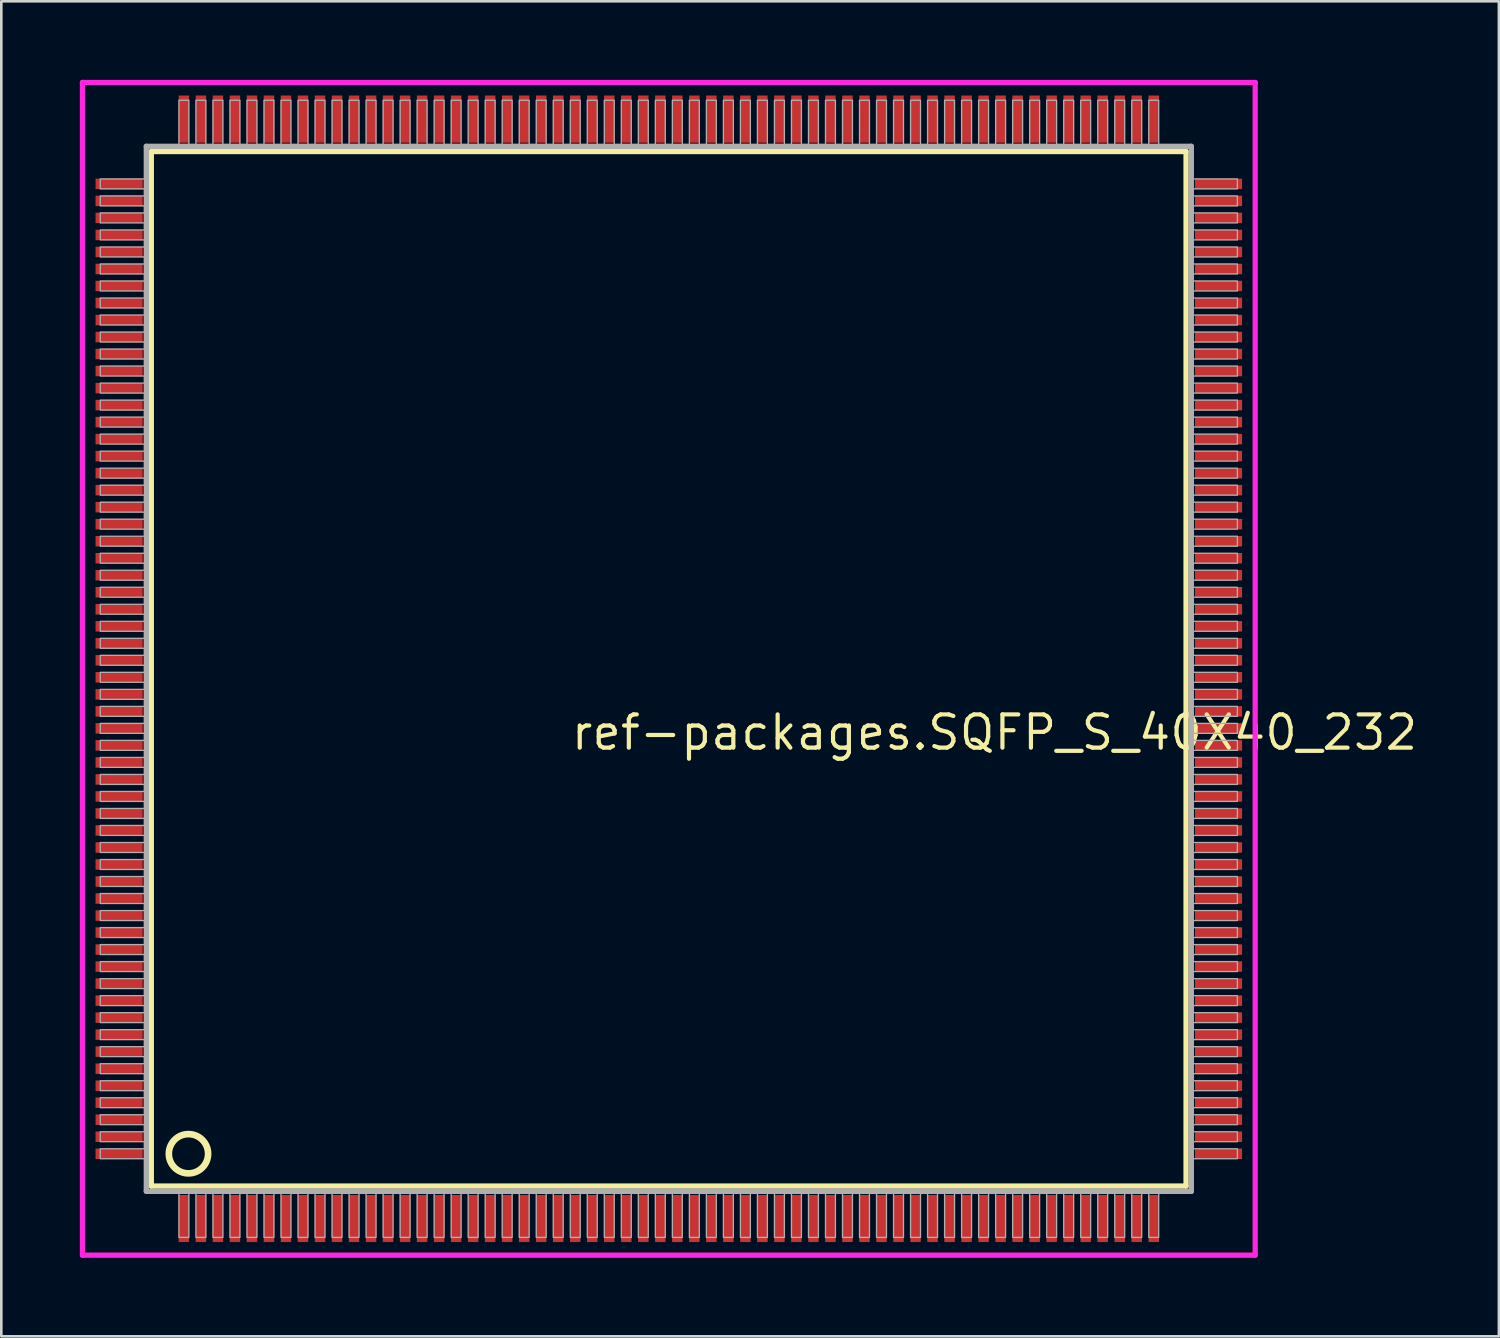
<source format=kicad_pcb>
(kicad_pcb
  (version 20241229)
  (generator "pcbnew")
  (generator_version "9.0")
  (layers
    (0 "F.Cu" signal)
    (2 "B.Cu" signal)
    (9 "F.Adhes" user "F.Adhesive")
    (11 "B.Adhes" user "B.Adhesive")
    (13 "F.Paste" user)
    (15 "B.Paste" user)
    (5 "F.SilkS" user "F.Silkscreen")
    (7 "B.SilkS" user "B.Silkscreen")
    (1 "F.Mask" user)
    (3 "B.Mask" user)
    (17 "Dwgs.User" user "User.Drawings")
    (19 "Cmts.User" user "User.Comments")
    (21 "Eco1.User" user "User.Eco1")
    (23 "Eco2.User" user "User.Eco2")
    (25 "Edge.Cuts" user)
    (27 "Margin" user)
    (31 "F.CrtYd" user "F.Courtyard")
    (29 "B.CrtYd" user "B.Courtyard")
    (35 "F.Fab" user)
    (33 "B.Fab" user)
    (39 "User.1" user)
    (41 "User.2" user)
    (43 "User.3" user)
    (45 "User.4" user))
  (footprint "ref-packages.SQFP_S_40X40_232"
    (layer "F.Cu")
    (at 22.5 22.5)
    (property "Reference" "ref-packages.SQFP_S_40X40_232" (at -3.81 3.175 0) (layer "F.SilkS") (effects (font (size 1.27 1.27) (thickness 0.16)) (justify left bottom)))
    (attr smd)
    (fp_line (start -19.77 -19.76) (end 19.76 -19.76) (stroke (width 0.203) (type default)) (layer "F.SilkS"))
    (fp_line (start -19.77 19.76) (end -19.77 -19.76) (stroke (width 0.203) (type default)) (layer "F.SilkS"))
    (fp_line (start 19.76 -19.76) (end 19.76 19.76) (stroke (width 0.203) (type default)) (layer "F.SilkS"))
    (fp_line (start 19.76 19.76) (end -19.77 19.76) (stroke (width 0.203) (type default)) (layer "F.SilkS"))
    (fp_circle (center -18.35 18.525) (end -17.6 18.525) (stroke (width 0.254) (type default)) (fill no) (layer "F.SilkS"))
    (fp_line (start -22.4 -22.4) (end 22.4 -22.4) (stroke (width 0.2) (type default)) (layer "F.CrtYd"))
    (fp_line (start -22.4 22.4) (end -22.4 -22.4) (stroke (width 0.2) (type default)) (layer "F.CrtYd"))
    (fp_line (start 22.4 -22.4) (end 22.4 22.4) (stroke (width 0.2) (type default)) (layer "F.CrtYd"))
    (fp_line (start 22.4 22.4) (end -22.4 22.4) (stroke (width 0.2) (type default)) (layer "F.CrtYd"))
    (fp_line (start -19.96 -19.96) (end -19.96 19.96) (stroke (width 0.203) (type default)) (layer "F.Fab"))
    (fp_line (start -19.96 19.96) (end 19.96 19.96) (stroke (width 0.203) (type default)) (layer "F.Fab"))
    (fp_line (start 19.96 -19.96) (end -19.96 -19.96) (stroke (width 0.203) (type default)) (layer "F.Fab"))
    (fp_line (start 19.96 19.96) (end 19.96 -19.96) (stroke (width 0.203) (type default)) (layer "F.Fab"))
    (fp_rect (start -21.72 -18.335) (end -20 -18.715) (stroke (width 0.05) (type default)) (fill no) (layer "F.Fab"))
    (fp_rect (start -21.72 -17.685) (end -20 -18.065) (stroke (width 0.05) (type default)) (fill no) (layer "F.Fab"))
    (fp_rect (start -21.72 -17.035) (end -20 -17.415) (stroke (width 0.05) (type default)) (fill no) (layer "F.Fab"))
    (fp_rect (start -21.72 -16.385) (end -20 -16.765) (stroke (width 0.05) (type default)) (fill no) (layer "F.Fab"))
    (fp_rect (start -21.72 -15.735) (end -20 -16.115) (stroke (width 0.05) (type default)) (fill no) (layer "F.Fab"))
    (fp_rect (start -21.72 -15.085) (end -20 -15.465) (stroke (width 0.05) (type default)) (fill no) (layer "F.Fab"))
    (fp_rect (start -21.72 -14.435) (end -20 -14.815) (stroke (width 0.05) (type default)) (fill no) (layer "F.Fab"))
    (fp_rect (start -21.72 -13.785) (end -20 -14.165) (stroke (width 0.05) (type default)) (fill no) (layer "F.Fab"))
    (fp_rect (start -21.72 -13.135) (end -20 -13.515) (stroke (width 0.05) (type default)) (fill no) (layer "F.Fab"))
    (fp_rect (start -21.72 -12.485) (end -20 -12.865) (stroke (width 0.05) (type default)) (fill no) (layer "F.Fab"))
    (fp_rect (start -21.72 -11.835) (end -20 -12.215) (stroke (width 0.05) (type default)) (fill no) (layer "F.Fab"))
    (fp_rect (start -21.72 -11.185) (end -20 -11.565) (stroke (width 0.05) (type default)) (fill no) (layer "F.Fab"))
    (fp_rect (start -21.72 -10.535) (end -20 -10.915) (stroke (width 0.05) (type default)) (fill no) (layer "F.Fab"))
    (fp_rect (start -21.72 -9.885) (end -20 -10.265) (stroke (width 0.05) (type default)) (fill no) (layer "F.Fab"))
    (fp_rect (start -21.72 -9.235) (end -20 -9.615) (stroke (width 0.05) (type default)) (fill no) (layer "F.Fab"))
    (fp_rect (start -21.72 -8.585) (end -20 -8.965) (stroke (width 0.05) (type default)) (fill no) (layer "F.Fab"))
    (fp_rect (start -21.72 -7.935) (end -20 -8.315) (stroke (width 0.05) (type default)) (fill no) (layer "F.Fab"))
    (fp_rect (start -21.72 -7.285) (end -20 -7.665) (stroke (width 0.05) (type default)) (fill no) (layer "F.Fab"))
    (fp_rect (start -21.72 -6.635) (end -20 -7.015) (stroke (width 0.05) (type default)) (fill no) (layer "F.Fab"))
    (fp_rect (start -21.72 -5.985) (end -20 -6.365) (stroke (width 0.05) (type default)) (fill no) (layer "F.Fab"))
    (fp_rect (start -21.72 -5.335) (end -20 -5.715) (stroke (width 0.05) (type default)) (fill no) (layer "F.Fab"))
    (fp_rect (start -21.72 -4.685) (end -20 -5.065) (stroke (width 0.05) (type default)) (fill no) (layer "F.Fab"))
    (fp_rect (start -21.72 -4.035) (end -20 -4.415) (stroke (width 0.05) (type default)) (fill no) (layer "F.Fab"))
    (fp_rect (start -21.72 -3.385) (end -20 -3.765) (stroke (width 0.05) (type default)) (fill no) (layer "F.Fab"))
    (fp_rect (start -21.72 -2.735) (end -20 -3.115) (stroke (width 0.05) (type default)) (fill no) (layer "F.Fab"))
    (fp_rect (start -21.72 -2.085) (end -20 -2.465) (stroke (width 0.05) (type default)) (fill no) (layer "F.Fab"))
    (fp_rect (start -21.72 -1.435) (end -20 -1.815) (stroke (width 0.05) (type default)) (fill no) (layer "F.Fab"))
    (fp_rect (start -21.72 -0.785) (end -20 -1.165) (stroke (width 0.05) (type default)) (fill no) (layer "F.Fab"))
    (fp_rect (start -21.72 -0.135) (end -20 -0.515) (stroke (width 0.05) (type default)) (fill no) (layer "F.Fab"))
    (fp_rect (start -21.72 0.515) (end -20 0.135) (stroke (width 0.05) (type default)) (fill no) (layer "F.Fab"))
    (fp_rect (start -21.72 1.165) (end -20 0.785) (stroke (width 0.05) (type default)) (fill no) (layer "F.Fab"))
    (fp_rect (start -21.72 1.815) (end -20 1.435) (stroke (width 0.05) (type default)) (fill no) (layer "F.Fab"))
    (fp_rect (start -21.72 2.465) (end -20 2.085) (stroke (width 0.05) (type default)) (fill no) (layer "F.Fab"))
    (fp_rect (start -21.72 3.115) (end -20 2.735) (stroke (width 0.05) (type default)) (fill no) (layer "F.Fab"))
    (fp_rect (start -21.72 3.765) (end -20 3.385) (stroke (width 0.05) (type default)) (fill no) (layer "F.Fab"))
    (fp_rect (start -21.72 4.415) (end -20 4.035) (stroke (width 0.05) (type default)) (fill no) (layer "F.Fab"))
    (fp_rect (start -21.72 5.065) (end -20 4.685) (stroke (width 0.05) (type default)) (fill no) (layer "F.Fab"))
    (fp_rect (start -21.72 5.715) (end -20 5.335) (stroke (width 0.05) (type default)) (fill no) (layer "F.Fab"))
    (fp_rect (start -21.72 6.365) (end -20 5.985) (stroke (width 0.05) (type default)) (fill no) (layer "F.Fab"))
    (fp_rect (start -21.72 7.015) (end -20 6.635) (stroke (width 0.05) (type default)) (fill no) (layer "F.Fab"))
    (fp_rect (start -21.72 7.665) (end -20 7.285) (stroke (width 0.05) (type default)) (fill no) (layer "F.Fab"))
    (fp_rect (start -21.72 8.315) (end -20 7.935) (stroke (width 0.05) (type default)) (fill no) (layer "F.Fab"))
    (fp_rect (start -21.72 8.965) (end -20 8.585) (stroke (width 0.05) (type default)) (fill no) (layer "F.Fab"))
    (fp_rect (start -21.72 9.615) (end -20 9.235) (stroke (width 0.05) (type default)) (fill no) (layer "F.Fab"))
    (fp_rect (start -21.72 10.265) (end -20 9.885) (stroke (width 0.05) (type default)) (fill no) (layer "F.Fab"))
    (fp_rect (start -21.72 10.915) (end -20 10.535) (stroke (width 0.05) (type default)) (fill no) (layer "F.Fab"))
    (fp_rect (start -21.72 11.565) (end -20 11.185) (stroke (width 0.05) (type default)) (fill no) (layer "F.Fab"))
    (fp_rect (start -21.72 12.215) (end -20 11.835) (stroke (width 0.05) (type default)) (fill no) (layer "F.Fab"))
    (fp_rect (start -21.72 12.865) (end -20 12.485) (stroke (width 0.05) (type default)) (fill no) (layer "F.Fab"))
    (fp_rect (start -21.72 13.515) (end -20 13.135) (stroke (width 0.05) (type default)) (fill no) (layer "F.Fab"))
    (fp_rect (start -21.72 14.165) (end -20 13.785) (stroke (width 0.05) (type default)) (fill no) (layer "F.Fab"))
    (fp_rect (start -21.72 14.815) (end -20 14.435) (stroke (width 0.05) (type default)) (fill no) (layer "F.Fab"))
    (fp_rect (start -21.72 15.465) (end -20 15.085) (stroke (width 0.05) (type default)) (fill no) (layer "F.Fab"))
    (fp_rect (start -21.72 16.115) (end -20 15.735) (stroke (width 0.05) (type default)) (fill no) (layer "F.Fab"))
    (fp_rect (start -21.72 16.765) (end -20 16.385) (stroke (width 0.05) (type default)) (fill no) (layer "F.Fab"))
    (fp_rect (start -21.72 17.415) (end -20 17.035) (stroke (width 0.05) (type default)) (fill no) (layer "F.Fab"))
    (fp_rect (start -21.72 18.065) (end -20 17.685) (stroke (width 0.05) (type default)) (fill no) (layer "F.Fab"))
    (fp_rect (start -21.72 18.715) (end -20 18.335) (stroke (width 0.05) (type default)) (fill no) (layer "F.Fab"))
    (fp_rect (start -18.715 -20) (end -18.335 -21.72) (stroke (width 0.05) (type default)) (fill no) (layer "F.Fab"))
    (fp_rect (start -18.715 21.72) (end -18.335 20) (stroke (width 0.05) (type default)) (fill no) (layer "F.Fab"))
    (fp_rect (start -18.065 -20) (end -17.685 -21.72) (stroke (width 0.05) (type default)) (fill no) (layer "F.Fab"))
    (fp_rect (start -18.065 21.72) (end -17.685 20) (stroke (width 0.05) (type default)) (fill no) (layer "F.Fab"))
    (fp_rect (start -17.415 -20) (end -17.035 -21.72) (stroke (width 0.05) (type default)) (fill no) (layer "F.Fab"))
    (fp_rect (start -17.415 21.72) (end -17.035 20) (stroke (width 0.05) (type default)) (fill no) (layer "F.Fab"))
    (fp_rect (start -16.765 -20) (end -16.385 -21.72) (stroke (width 0.05) (type default)) (fill no) (layer "F.Fab"))
    (fp_rect (start -16.765 21.72) (end -16.385 20) (stroke (width 0.05) (type default)) (fill no) (layer "F.Fab"))
    (fp_rect (start -16.115 -20) (end -15.735 -21.72) (stroke (width 0.05) (type default)) (fill no) (layer "F.Fab"))
    (fp_rect (start -16.115 21.72) (end -15.735 20) (stroke (width 0.05) (type default)) (fill no) (layer "F.Fab"))
    (fp_rect (start -15.465 -20) (end -15.085 -21.72) (stroke (width 0.05) (type default)) (fill no) (layer "F.Fab"))
    (fp_rect (start -15.465 21.72) (end -15.085 20) (stroke (width 0.05) (type default)) (fill no) (layer "F.Fab"))
    (fp_rect (start -14.815 -20) (end -14.435 -21.72) (stroke (width 0.05) (type default)) (fill no) (layer "F.Fab"))
    (fp_rect (start -14.815 21.72) (end -14.435 20) (stroke (width 0.05) (type default)) (fill no) (layer "F.Fab"))
    (fp_rect (start -14.165 -20) (end -13.785 -21.72) (stroke (width 0.05) (type default)) (fill no) (layer "F.Fab"))
    (fp_rect (start -14.165 21.72) (end -13.785 20) (stroke (width 0.05) (type default)) (fill no) (layer "F.Fab"))
    (fp_rect (start -13.515 -20) (end -13.135 -21.72) (stroke (width 0.05) (type default)) (fill no) (layer "F.Fab"))
    (fp_rect (start -13.515 21.72) (end -13.135 20) (stroke (width 0.05) (type default)) (fill no) (layer "F.Fab"))
    (fp_rect (start -12.865 -20) (end -12.485 -21.72) (stroke (width 0.05) (type default)) (fill no) (layer "F.Fab"))
    (fp_rect (start -12.865 21.72) (end -12.485 20) (stroke (width 0.05) (type default)) (fill no) (layer "F.Fab"))
    (fp_rect (start -12.215 -20) (end -11.835 -21.72) (stroke (width 0.05) (type default)) (fill no) (layer "F.Fab"))
    (fp_rect (start -12.215 21.72) (end -11.835 20) (stroke (width 0.05) (type default)) (fill no) (layer "F.Fab"))
    (fp_rect (start -11.565 -20) (end -11.185 -21.72) (stroke (width 0.05) (type default)) (fill no) (layer "F.Fab"))
    (fp_rect (start -11.565 21.72) (end -11.185 20) (stroke (width 0.05) (type default)) (fill no) (layer "F.Fab"))
    (fp_rect (start -10.915 -20) (end -10.535 -21.72) (stroke (width 0.05) (type default)) (fill no) (layer "F.Fab"))
    (fp_rect (start -10.915 21.72) (end -10.535 20) (stroke (width 0.05) (type default)) (fill no) (layer "F.Fab"))
    (fp_rect (start -10.265 -20) (end -9.885 -21.72) (stroke (width 0.05) (type default)) (fill no) (layer "F.Fab"))
    (fp_rect (start -10.265 21.72) (end -9.885 20) (stroke (width 0.05) (type default)) (fill no) (layer "F.Fab"))
    (fp_rect (start -9.615 -20) (end -9.235 -21.72) (stroke (width 0.05) (type default)) (fill no) (layer "F.Fab"))
    (fp_rect (start -9.615 21.72) (end -9.235 20) (stroke (width 0.05) (type default)) (fill no) (layer "F.Fab"))
    (fp_rect (start -8.965 -20) (end -8.585 -21.72) (stroke (width 0.05) (type default)) (fill no) (layer "F.Fab"))
    (fp_rect (start -8.965 21.72) (end -8.585 20) (stroke (width 0.05) (type default)) (fill no) (layer "F.Fab"))
    (fp_rect (start -8.315 -20) (end -7.935 -21.72) (stroke (width 0.05) (type default)) (fill no) (layer "F.Fab"))
    (fp_rect (start -8.315 21.72) (end -7.935 20) (stroke (width 0.05) (type default)) (fill no) (layer "F.Fab"))
    (fp_rect (start -7.665 -20) (end -7.285 -21.72) (stroke (width 0.05) (type default)) (fill no) (layer "F.Fab"))
    (fp_rect (start -7.665 21.72) (end -7.285 20) (stroke (width 0.05) (type default)) (fill no) (layer "F.Fab"))
    (fp_rect (start -7.015 -20) (end -6.635 -21.72) (stroke (width 0.05) (type default)) (fill no) (layer "F.Fab"))
    (fp_rect (start -7.015 21.72) (end -6.635 20) (stroke (width 0.05) (type default)) (fill no) (layer "F.Fab"))
    (fp_rect (start -6.365 -20) (end -5.985 -21.72) (stroke (width 0.05) (type default)) (fill no) (layer "F.Fab"))
    (fp_rect (start -6.365 21.72) (end -5.985 20) (stroke (width 0.05) (type default)) (fill no) (layer "F.Fab"))
    (fp_rect (start -5.715 -20) (end -5.335 -21.72) (stroke (width 0.05) (type default)) (fill no) (layer "F.Fab"))
    (fp_rect (start -5.715 21.72) (end -5.335 20) (stroke (width 0.05) (type default)) (fill no) (layer "F.Fab"))
    (fp_rect (start -5.065 -20) (end -4.685 -21.72) (stroke (width 0.05) (type default)) (fill no) (layer "F.Fab"))
    (fp_rect (start -5.065 21.72) (end -4.685 20) (stroke (width 0.05) (type default)) (fill no) (layer "F.Fab"))
    (fp_rect (start -4.415 -20) (end -4.035 -21.72) (stroke (width 0.05) (type default)) (fill no) (layer "F.Fab"))
    (fp_rect (start -4.415 21.72) (end -4.035 20) (stroke (width 0.05) (type default)) (fill no) (layer "F.Fab"))
    (fp_rect (start -3.765 -20) (end -3.385 -21.72) (stroke (width 0.05) (type default)) (fill no) (layer "F.Fab"))
    (fp_rect (start -3.765 21.72) (end -3.385 20) (stroke (width 0.05) (type default)) (fill no) (layer "F.Fab"))
    (fp_rect (start -3.115 -20) (end -2.735 -21.72) (stroke (width 0.05) (type default)) (fill no) (layer "F.Fab"))
    (fp_rect (start -3.115 21.72) (end -2.735 20) (stroke (width 0.05) (type default)) (fill no) (layer "F.Fab"))
    (fp_rect (start -2.465 -20) (end -2.085 -21.72) (stroke (width 0.05) (type default)) (fill no) (layer "F.Fab"))
    (fp_rect (start -2.465 21.72) (end -2.085 20) (stroke (width 0.05) (type default)) (fill no) (layer "F.Fab"))
    (fp_rect (start -1.815 -20) (end -1.435 -21.72) (stroke (width 0.05) (type default)) (fill no) (layer "F.Fab"))
    (fp_rect (start -1.815 21.72) (end -1.435 20) (stroke (width 0.05) (type default)) (fill no) (layer "F.Fab"))
    (fp_rect (start -1.165 -20) (end -0.785 -21.72) (stroke (width 0.05) (type default)) (fill no) (layer "F.Fab"))
    (fp_rect (start -1.165 21.72) (end -0.785 20) (stroke (width 0.05) (type default)) (fill no) (layer "F.Fab"))
    (fp_rect (start -0.515 -20) (end -0.135 -21.72) (stroke (width 0.05) (type default)) (fill no) (layer "F.Fab"))
    (fp_rect (start -0.515 21.72) (end -0.135 20) (stroke (width 0.05) (type default)) (fill no) (layer "F.Fab"))
    (fp_rect (start 0.135 -20) (end 0.515 -21.72) (stroke (width 0.05) (type default)) (fill no) (layer "F.Fab"))
    (fp_rect (start 0.135 21.72) (end 0.515 20) (stroke (width 0.05) (type default)) (fill no) (layer "F.Fab"))
    (fp_rect (start 0.785 -20) (end 1.165 -21.72) (stroke (width 0.05) (type default)) (fill no) (layer "F.Fab"))
    (fp_rect (start 0.785 21.72) (end 1.165 20) (stroke (width 0.05) (type default)) (fill no) (layer "F.Fab"))
    (fp_rect (start 1.435 -20) (end 1.815 -21.72) (stroke (width 0.05) (type default)) (fill no) (layer "F.Fab"))
    (fp_rect (start 1.435 21.72) (end 1.815 20) (stroke (width 0.05) (type default)) (fill no) (layer "F.Fab"))
    (fp_rect (start 2.085 -20) (end 2.465 -21.72) (stroke (width 0.05) (type default)) (fill no) (layer "F.Fab"))
    (fp_rect (start 2.085 21.72) (end 2.465 20) (stroke (width 0.05) (type default)) (fill no) (layer "F.Fab"))
    (fp_rect (start 2.735 -20) (end 3.115 -21.72) (stroke (width 0.05) (type default)) (fill no) (layer "F.Fab"))
    (fp_rect (start 2.735 21.72) (end 3.115 20) (stroke (width 0.05) (type default)) (fill no) (layer "F.Fab"))
    (fp_rect (start 3.385 -20) (end 3.765 -21.72) (stroke (width 0.05) (type default)) (fill no) (layer "F.Fab"))
    (fp_rect (start 3.385 21.72) (end 3.765 20) (stroke (width 0.05) (type default)) (fill no) (layer "F.Fab"))
    (fp_rect (start 4.035 -20) (end 4.415 -21.72) (stroke (width 0.05) (type default)) (fill no) (layer "F.Fab"))
    (fp_rect (start 4.035 21.72) (end 4.415 20) (stroke (width 0.05) (type default)) (fill no) (layer "F.Fab"))
    (fp_rect (start 4.685 -20) (end 5.065 -21.72) (stroke (width 0.05) (type default)) (fill no) (layer "F.Fab"))
    (fp_rect (start 4.685 21.72) (end 5.065 20) (stroke (width 0.05) (type default)) (fill no) (layer "F.Fab"))
    (fp_rect (start 5.335 -20) (end 5.715 -21.72) (stroke (width 0.05) (type default)) (fill no) (layer "F.Fab"))
    (fp_rect (start 5.335 21.72) (end 5.715 20) (stroke (width 0.05) (type default)) (fill no) (layer "F.Fab"))
    (fp_rect (start 5.985 -20) (end 6.365 -21.72) (stroke (width 0.05) (type default)) (fill no) (layer "F.Fab"))
    (fp_rect (start 5.985 21.72) (end 6.365 20) (stroke (width 0.05) (type default)) (fill no) (layer "F.Fab"))
    (fp_rect (start 6.635 -20) (end 7.015 -21.72) (stroke (width 0.05) (type default)) (fill no) (layer "F.Fab"))
    (fp_rect (start 6.635 21.72) (end 7.015 20) (stroke (width 0.05) (type default)) (fill no) (layer "F.Fab"))
    (fp_rect (start 7.285 -20) (end 7.665 -21.72) (stroke (width 0.05) (type default)) (fill no) (layer "F.Fab"))
    (fp_rect (start 7.285 21.72) (end 7.665 20) (stroke (width 0.05) (type default)) (fill no) (layer "F.Fab"))
    (fp_rect (start 7.935 -20) (end 8.315 -21.72) (stroke (width 0.05) (type default)) (fill no) (layer "F.Fab"))
    (fp_rect (start 7.935 21.72) (end 8.315 20) (stroke (width 0.05) (type default)) (fill no) (layer "F.Fab"))
    (fp_rect (start 8.585 -20) (end 8.965 -21.72) (stroke (width 0.05) (type default)) (fill no) (layer "F.Fab"))
    (fp_rect (start 8.585 21.72) (end 8.965 20) (stroke (width 0.05) (type default)) (fill no) (layer "F.Fab"))
    (fp_rect (start 9.235 -20) (end 9.615 -21.72) (stroke (width 0.05) (type default)) (fill no) (layer "F.Fab"))
    (fp_rect (start 9.235 21.72) (end 9.615 20) (stroke (width 0.05) (type default)) (fill no) (layer "F.Fab"))
    (fp_rect (start 9.885 -20) (end 10.265 -21.72) (stroke (width 0.05) (type default)) (fill no) (layer "F.Fab"))
    (fp_rect (start 9.885 21.72) (end 10.265 20) (stroke (width 0.05) (type default)) (fill no) (layer "F.Fab"))
    (fp_rect (start 10.535 -20) (end 10.915 -21.72) (stroke (width 0.05) (type default)) (fill no) (layer "F.Fab"))
    (fp_rect (start 10.535 21.72) (end 10.915 20) (stroke (width 0.05) (type default)) (fill no) (layer "F.Fab"))
    (fp_rect (start 11.185 -20) (end 11.565 -21.72) (stroke (width 0.05) (type default)) (fill no) (layer "F.Fab"))
    (fp_rect (start 11.185 21.72) (end 11.565 20) (stroke (width 0.05) (type default)) (fill no) (layer "F.Fab"))
    (fp_rect (start 11.835 -20) (end 12.215 -21.72) (stroke (width 0.05) (type default)) (fill no) (layer "F.Fab"))
    (fp_rect (start 11.835 21.72) (end 12.215 20) (stroke (width 0.05) (type default)) (fill no) (layer "F.Fab"))
    (fp_rect (start 12.485 -20) (end 12.865 -21.72) (stroke (width 0.05) (type default)) (fill no) (layer "F.Fab"))
    (fp_rect (start 12.485 21.72) (end 12.865 20) (stroke (width 0.05) (type default)) (fill no) (layer "F.Fab"))
    (fp_rect (start 13.135 -20) (end 13.515 -21.72) (stroke (width 0.05) (type default)) (fill no) (layer "F.Fab"))
    (fp_rect (start 13.135 21.72) (end 13.515 20) (stroke (width 0.05) (type default)) (fill no) (layer "F.Fab"))
    (fp_rect (start 13.785 -20) (end 14.165 -21.72) (stroke (width 0.05) (type default)) (fill no) (layer "F.Fab"))
    (fp_rect (start 13.785 21.72) (end 14.165 20) (stroke (width 0.05) (type default)) (fill no) (layer "F.Fab"))
    (fp_rect (start 14.435 -20) (end 14.815 -21.72) (stroke (width 0.05) (type default)) (fill no) (layer "F.Fab"))
    (fp_rect (start 14.435 21.72) (end 14.815 20) (stroke (width 0.05) (type default)) (fill no) (layer "F.Fab"))
    (fp_rect (start 15.085 -20) (end 15.465 -21.72) (stroke (width 0.05) (type default)) (fill no) (layer "F.Fab"))
    (fp_rect (start 15.085 21.72) (end 15.465 20) (stroke (width 0.05) (type default)) (fill no) (layer "F.Fab"))
    (fp_rect (start 15.735 -20) (end 16.115 -21.72) (stroke (width 0.05) (type default)) (fill no) (layer "F.Fab"))
    (fp_rect (start 15.735 21.72) (end 16.115 20) (stroke (width 0.05) (type default)) (fill no) (layer "F.Fab"))
    (fp_rect (start 16.385 -20) (end 16.765 -21.72) (stroke (width 0.05) (type default)) (fill no) (layer "F.Fab"))
    (fp_rect (start 16.385 21.72) (end 16.765 20) (stroke (width 0.05) (type default)) (fill no) (layer "F.Fab"))
    (fp_rect (start 17.035 -20) (end 17.415 -21.72) (stroke (width 0.05) (type default)) (fill no) (layer "F.Fab"))
    (fp_rect (start 17.035 21.72) (end 17.415 20) (stroke (width 0.05) (type default)) (fill no) (layer "F.Fab"))
    (fp_rect (start 17.685 -20) (end 18.065 -21.72) (stroke (width 0.05) (type default)) (fill no) (layer "F.Fab"))
    (fp_rect (start 17.685 21.72) (end 18.065 20) (stroke (width 0.05) (type default)) (fill no) (layer "F.Fab"))
    (fp_rect (start 18.335 -20) (end 18.715 -21.72) (stroke (width 0.05) (type default)) (fill no) (layer "F.Fab"))
    (fp_rect (start 18.335 21.72) (end 18.715 20) (stroke (width 0.05) (type default)) (fill no) (layer "F.Fab"))
    (fp_rect (start 20 -18.335) (end 21.72 -18.715) (stroke (width 0.05) (type default)) (fill no) (layer "F.Fab"))
    (fp_rect (start 20 -17.685) (end 21.72 -18.065) (stroke (width 0.05) (type default)) (fill no) (layer "F.Fab"))
    (fp_rect (start 20 -17.035) (end 21.72 -17.415) (stroke (width 0.05) (type default)) (fill no) (layer "F.Fab"))
    (fp_rect (start 20 -16.385) (end 21.72 -16.765) (stroke (width 0.05) (type default)) (fill no) (layer "F.Fab"))
    (fp_rect (start 20 -15.735) (end 21.72 -16.115) (stroke (width 0.05) (type default)) (fill no) (layer "F.Fab"))
    (fp_rect (start 20 -15.085) (end 21.72 -15.465) (stroke (width 0.05) (type default)) (fill no) (layer "F.Fab"))
    (fp_rect (start 20 -14.435) (end 21.72 -14.815) (stroke (width 0.05) (type default)) (fill no) (layer "F.Fab"))
    (fp_rect (start 20 -13.785) (end 21.72 -14.165) (stroke (width 0.05) (type default)) (fill no) (layer "F.Fab"))
    (fp_rect (start 20 -13.135) (end 21.72 -13.515) (stroke (width 0.05) (type default)) (fill no) (layer "F.Fab"))
    (fp_rect (start 20 -12.485) (end 21.72 -12.865) (stroke (width 0.05) (type default)) (fill no) (layer "F.Fab"))
    (fp_rect (start 20 -11.835) (end 21.72 -12.215) (stroke (width 0.05) (type default)) (fill no) (layer "F.Fab"))
    (fp_rect (start 20 -11.185) (end 21.72 -11.565) (stroke (width 0.05) (type default)) (fill no) (layer "F.Fab"))
    (fp_rect (start 20 -10.535) (end 21.72 -10.915) (stroke (width 0.05) (type default)) (fill no) (layer "F.Fab"))
    (fp_rect (start 20 -9.885) (end 21.72 -10.265) (stroke (width 0.05) (type default)) (fill no) (layer "F.Fab"))
    (fp_rect (start 20 -9.235) (end 21.72 -9.615) (stroke (width 0.05) (type default)) (fill no) (layer "F.Fab"))
    (fp_rect (start 20 -8.585) (end 21.72 -8.965) (stroke (width 0.05) (type default)) (fill no) (layer "F.Fab"))
    (fp_rect (start 20 -7.935) (end 21.72 -8.315) (stroke (width 0.05) (type default)) (fill no) (layer "F.Fab"))
    (fp_rect (start 20 -7.285) (end 21.72 -7.665) (stroke (width 0.05) (type default)) (fill no) (layer "F.Fab"))
    (fp_rect (start 20 -6.635) (end 21.72 -7.015) (stroke (width 0.05) (type default)) (fill no) (layer "F.Fab"))
    (fp_rect (start 20 -5.985) (end 21.72 -6.365) (stroke (width 0.05) (type default)) (fill no) (layer "F.Fab"))
    (fp_rect (start 20 -5.335) (end 21.72 -5.715) (stroke (width 0.05) (type default)) (fill no) (layer "F.Fab"))
    (fp_rect (start 20 -4.685) (end 21.72 -5.065) (stroke (width 0.05) (type default)) (fill no) (layer "F.Fab"))
    (fp_rect (start 20 -4.035) (end 21.72 -4.415) (stroke (width 0.05) (type default)) (fill no) (layer "F.Fab"))
    (fp_rect (start 20 -3.385) (end 21.72 -3.765) (stroke (width 0.05) (type default)) (fill no) (layer "F.Fab"))
    (fp_rect (start 20 -2.735) (end 21.72 -3.115) (stroke (width 0.05) (type default)) (fill no) (layer "F.Fab"))
    (fp_rect (start 20 -2.085) (end 21.72 -2.465) (stroke (width 0.05) (type default)) (fill no) (layer "F.Fab"))
    (fp_rect (start 20 -1.435) (end 21.72 -1.815) (stroke (width 0.05) (type default)) (fill no) (layer "F.Fab"))
    (fp_rect (start 20 -0.785) (end 21.72 -1.165) (stroke (width 0.05) (type default)) (fill no) (layer "F.Fab"))
    (fp_rect (start 20 -0.135) (end 21.72 -0.515) (stroke (width 0.05) (type default)) (fill no) (layer "F.Fab"))
    (fp_rect (start 20 0.515) (end 21.72 0.135) (stroke (width 0.05) (type default)) (fill no) (layer "F.Fab"))
    (fp_rect (start 20 1.165) (end 21.72 0.785) (stroke (width 0.05) (type default)) (fill no) (layer "F.Fab"))
    (fp_rect (start 20 1.815) (end 21.72 1.435) (stroke (width 0.05) (type default)) (fill no) (layer "F.Fab"))
    (fp_rect (start 20 2.465) (end 21.72 2.085) (stroke (width 0.05) (type default)) (fill no) (layer "F.Fab"))
    (fp_rect (start 20 3.115) (end 21.72 2.735) (stroke (width 0.05) (type default)) (fill no) (layer "F.Fab"))
    (fp_rect (start 20 3.765) (end 21.72 3.385) (stroke (width 0.05) (type default)) (fill no) (layer "F.Fab"))
    (fp_rect (start 20 4.415) (end 21.72 4.035) (stroke (width 0.05) (type default)) (fill no) (layer "F.Fab"))
    (fp_rect (start 20 5.065) (end 21.72 4.685) (stroke (width 0.05) (type default)) (fill no) (layer "F.Fab"))
    (fp_rect (start 20 5.715) (end 21.72 5.335) (stroke (width 0.05) (type default)) (fill no) (layer "F.Fab"))
    (fp_rect (start 20 6.365) (end 21.72 5.985) (stroke (width 0.05) (type default)) (fill no) (layer "F.Fab"))
    (fp_rect (start 20 7.015) (end 21.72 6.635) (stroke (width 0.05) (type default)) (fill no) (layer "F.Fab"))
    (fp_rect (start 20 7.665) (end 21.72 7.285) (stroke (width 0.05) (type default)) (fill no) (layer "F.Fab"))
    (fp_rect (start 20 8.315) (end 21.72 7.935) (stroke (width 0.05) (type default)) (fill no) (layer "F.Fab"))
    (fp_rect (start 20 8.965) (end 21.72 8.585) (stroke (width 0.05) (type default)) (fill no) (layer "F.Fab"))
    (fp_rect (start 20 9.615) (end 21.72 9.235) (stroke (width 0.05) (type default)) (fill no) (layer "F.Fab"))
    (fp_rect (start 20 10.265) (end 21.72 9.885) (stroke (width 0.05) (type default)) (fill no) (layer "F.Fab"))
    (fp_rect (start 20 10.915) (end 21.72 10.535) (stroke (width 0.05) (type default)) (fill no) (layer "F.Fab"))
    (fp_rect (start 20 11.565) (end 21.72 11.185) (stroke (width 0.05) (type default)) (fill no) (layer "F.Fab"))
    (fp_rect (start 20 12.215) (end 21.72 11.835) (stroke (width 0.05) (type default)) (fill no) (layer "F.Fab"))
    (fp_rect (start 20 12.865) (end 21.72 12.485) (stroke (width 0.05) (type default)) (fill no) (layer "F.Fab"))
    (fp_rect (start 20 13.515) (end 21.72 13.135) (stroke (width 0.05) (type default)) (fill no) (layer "F.Fab"))
    (fp_rect (start 20 14.165) (end 21.72 13.785) (stroke (width 0.05) (type default)) (fill no) (layer "F.Fab"))
    (fp_rect (start 20 14.815) (end 21.72 14.435) (stroke (width 0.05) (type default)) (fill no) (layer "F.Fab"))
    (fp_rect (start 20 15.465) (end 21.72 15.085) (stroke (width 0.05) (type default)) (fill no) (layer "F.Fab"))
    (fp_rect (start 20 16.115) (end 21.72 15.735) (stroke (width 0.05) (type default)) (fill no) (layer "F.Fab"))
    (fp_rect (start 20 16.765) (end 21.72 16.385) (stroke (width 0.05) (type default)) (fill no) (layer "F.Fab"))
    (fp_rect (start 20 17.415) (end 21.72 17.035) (stroke (width 0.05) (type default)) (fill no) (layer "F.Fab"))
    (fp_rect (start 20 18.065) (end 21.72 17.685) (stroke (width 0.05) (type default)) (fill no) (layer "F.Fab"))
    (fp_rect (start 20 18.715) (end 21.72 18.335) (stroke (width 0.05) (type default)) (fill no) (layer "F.Fab"))
    (pad "1" smd roundrect (at -18.525 21) (size 0.4 1.8) (layers "F.Cu" "F.Mask" "F.Paste") (roundrect_rratio 0.01))
    (pad "2" smd roundrect (at -17.875 21) (size 0.4 1.8) (layers "F.Cu" "F.Mask" "F.Paste") (roundrect_rratio 0.01))
    (pad "3" smd roundrect (at -17.225 21) (size 0.4 1.8) (layers "F.Cu" "F.Mask" "F.Paste") (roundrect_rratio 0.01))
    (pad "4" smd roundrect (at -16.575 21) (size 0.4 1.8) (layers "F.Cu" "F.Mask" "F.Paste") (roundrect_rratio 0.01))
    (pad "5" smd roundrect (at -15.925 21) (size 0.4 1.8) (layers "F.Cu" "F.Mask" "F.Paste") (roundrect_rratio 0.01))
    (pad "6" smd roundrect (at -15.275 21) (size 0.4 1.8) (layers "F.Cu" "F.Mask" "F.Paste") (roundrect_rratio 0.01))
    (pad "7" smd roundrect (at -14.625 21) (size 0.4 1.8) (layers "F.Cu" "F.Mask" "F.Paste") (roundrect_rratio 0.01))
    (pad "8" smd roundrect (at -13.975 21) (size 0.4 1.8) (layers "F.Cu" "F.Mask" "F.Paste") (roundrect_rratio 0.01))
    (pad "9" smd roundrect (at -13.325 21) (size 0.4 1.8) (layers "F.Cu" "F.Mask" "F.Paste") (roundrect_rratio 0.01))
    (pad "10" smd roundrect (at -12.675 21) (size 0.4 1.8) (layers "F.Cu" "F.Mask" "F.Paste") (roundrect_rratio 0.01))
    (pad "11" smd roundrect (at -12.025 21) (size 0.4 1.8) (layers "F.Cu" "F.Mask" "F.Paste") (roundrect_rratio 0.01))
    (pad "12" smd roundrect (at -11.375 21) (size 0.4 1.8) (layers "F.Cu" "F.Mask" "F.Paste") (roundrect_rratio 0.01))
    (pad "13" smd roundrect (at -10.725 21) (size 0.4 1.8) (layers "F.Cu" "F.Mask" "F.Paste") (roundrect_rratio 0.01))
    (pad "14" smd roundrect (at -10.075 21) (size 0.4 1.8) (layers "F.Cu" "F.Mask" "F.Paste") (roundrect_rratio 0.01))
    (pad "15" smd roundrect (at -9.425 21) (size 0.4 1.8) (layers "F.Cu" "F.Mask" "F.Paste") (roundrect_rratio 0.01))
    (pad "16" smd roundrect (at -8.775 21) (size 0.4 1.8) (layers "F.Cu" "F.Mask" "F.Paste") (roundrect_rratio 0.01))
    (pad "17" smd roundrect (at -8.125 21) (size 0.4 1.8) (layers "F.Cu" "F.Mask" "F.Paste") (roundrect_rratio 0.01))
    (pad "18" smd roundrect (at -7.475 21) (size 0.4 1.8) (layers "F.Cu" "F.Mask" "F.Paste") (roundrect_rratio 0.01))
    (pad "19" smd roundrect (at -6.825 21) (size 0.4 1.8) (layers "F.Cu" "F.Mask" "F.Paste") (roundrect_rratio 0.01))
    (pad "20" smd roundrect (at -6.175 21) (size 0.4 1.8) (layers "F.Cu" "F.Mask" "F.Paste") (roundrect_rratio 0.01))
    (pad "21" smd roundrect (at -5.525 21) (size 0.4 1.8) (layers "F.Cu" "F.Mask" "F.Paste") (roundrect_rratio 0.01))
    (pad "22" smd roundrect (at -4.875 21) (size 0.4 1.8) (layers "F.Cu" "F.Mask" "F.Paste") (roundrect_rratio 0.01))
    (pad "23" smd roundrect (at -4.225 21) (size 0.4 1.8) (layers "F.Cu" "F.Mask" "F.Paste") (roundrect_rratio 0.01))
    (pad "24" smd roundrect (at -3.575 21) (size 0.4 1.8) (layers "F.Cu" "F.Mask" "F.Paste") (roundrect_rratio 0.01))
    (pad "25" smd roundrect (at -2.925 21) (size 0.4 1.8) (layers "F.Cu" "F.Mask" "F.Paste") (roundrect_rratio 0.01))
    (pad "26" smd roundrect (at -2.275 21) (size 0.4 1.8) (layers "F.Cu" "F.Mask" "F.Paste") (roundrect_rratio 0.01))
    (pad "27" smd roundrect (at -1.625 21) (size 0.4 1.8) (layers "F.Cu" "F.Mask" "F.Paste") (roundrect_rratio 0.01))
    (pad "28" smd roundrect (at -0.975 21) (size 0.4 1.8) (layers "F.Cu" "F.Mask" "F.Paste") (roundrect_rratio 0.01))
    (pad "29" smd roundrect (at -0.325 21) (size 0.4 1.8) (layers "F.Cu" "F.Mask" "F.Paste") (roundrect_rratio 0.01))
    (pad "30" smd roundrect (at 0.325 21) (size 0.4 1.8) (layers "F.Cu" "F.Mask" "F.Paste") (roundrect_rratio 0.01))
    (pad "31" smd roundrect (at 0.975 21) (size 0.4 1.8) (layers "F.Cu" "F.Mask" "F.Paste") (roundrect_rratio 0.01))
    (pad "32" smd roundrect (at 1.625 21) (size 0.4 1.8) (layers "F.Cu" "F.Mask" "F.Paste") (roundrect_rratio 0.01))
    (pad "33" smd roundrect (at 2.275 21) (size 0.4 1.8) (layers "F.Cu" "F.Mask" "F.Paste") (roundrect_rratio 0.01))
    (pad "34" smd roundrect (at 2.925 21) (size 0.4 1.8) (layers "F.Cu" "F.Mask" "F.Paste") (roundrect_rratio 0.01))
    (pad "35" smd roundrect (at 3.575 21) (size 0.4 1.8) (layers "F.Cu" "F.Mask" "F.Paste") (roundrect_rratio 0.01))
    (pad "36" smd roundrect (at 4.225 21) (size 0.4 1.8) (layers "F.Cu" "F.Mask" "F.Paste") (roundrect_rratio 0.01))
    (pad "37" smd roundrect (at 4.875 21) (size 0.4 1.8) (layers "F.Cu" "F.Mask" "F.Paste") (roundrect_rratio 0.01))
    (pad "38" smd roundrect (at 5.525 21) (size 0.4 1.8) (layers "F.Cu" "F.Mask" "F.Paste") (roundrect_rratio 0.01))
    (pad "39" smd roundrect (at 6.175 21) (size 0.4 1.8) (layers "F.Cu" "F.Mask" "F.Paste") (roundrect_rratio 0.01))
    (pad "40" smd roundrect (at 6.825 21) (size 0.4 1.8) (layers "F.Cu" "F.Mask" "F.Paste") (roundrect_rratio 0.01))
    (pad "41" smd roundrect (at 7.475 21) (size 0.4 1.8) (layers "F.Cu" "F.Mask" "F.Paste") (roundrect_rratio 0.01))
    (pad "42" smd roundrect (at 8.125 21) (size 0.4 1.8) (layers "F.Cu" "F.Mask" "F.Paste") (roundrect_rratio 0.01))
    (pad "43" smd roundrect (at 8.775 21) (size 0.4 1.8) (layers "F.Cu" "F.Mask" "F.Paste") (roundrect_rratio 0.01))
    (pad "44" smd roundrect (at 9.425 21) (size 0.4 1.8) (layers "F.Cu" "F.Mask" "F.Paste") (roundrect_rratio 0.01))
    (pad "45" smd roundrect (at 10.075 21) (size 0.4 1.8) (layers "F.Cu" "F.Mask" "F.Paste") (roundrect_rratio 0.01))
    (pad "46" smd roundrect (at 10.725 21) (size 0.4 1.8) (layers "F.Cu" "F.Mask" "F.Paste") (roundrect_rratio 0.01))
    (pad "47" smd roundrect (at 11.375 21) (size 0.4 1.8) (layers "F.Cu" "F.Mask" "F.Paste") (roundrect_rratio 0.01))
    (pad "48" smd roundrect (at 12.025 21) (size 0.4 1.8) (layers "F.Cu" "F.Mask" "F.Paste") (roundrect_rratio 0.01))
    (pad "49" smd roundrect (at 12.675 21) (size 0.4 1.8) (layers "F.Cu" "F.Mask" "F.Paste") (roundrect_rratio 0.01))
    (pad "50" smd roundrect (at 13.325 21) (size 0.4 1.8) (layers "F.Cu" "F.Mask" "F.Paste") (roundrect_rratio 0.01))
    (pad "51" smd roundrect (at 13.975 21) (size 0.4 1.8) (layers "F.Cu" "F.Mask" "F.Paste") (roundrect_rratio 0.01))
    (pad "52" smd roundrect (at 14.625 21) (size 0.4 1.8) (layers "F.Cu" "F.Mask" "F.Paste") (roundrect_rratio 0.01))
    (pad "53" smd roundrect (at 15.275 21) (size 0.4 1.8) (layers "F.Cu" "F.Mask" "F.Paste") (roundrect_rratio 0.01))
    (pad "54" smd roundrect (at 15.925 21) (size 0.4 1.8) (layers "F.Cu" "F.Mask" "F.Paste") (roundrect_rratio 0.01))
    (pad "55" smd roundrect (at 16.575 21) (size 0.4 1.8) (layers "F.Cu" "F.Mask" "F.Paste") (roundrect_rratio 0.01))
    (pad "56" smd roundrect (at 17.225 21) (size 0.4 1.8) (layers "F.Cu" "F.Mask" "F.Paste") (roundrect_rratio 0.01))
    (pad "57" smd roundrect (at 17.875 21) (size 0.4 1.8) (layers "F.Cu" "F.Mask" "F.Paste") (roundrect_rratio 0.01))
    (pad "58" smd roundrect (at 18.525 21) (size 0.4 1.8) (layers "F.Cu" "F.Mask" "F.Paste") (roundrect_rratio 0.01))
    (pad "59" smd roundrect (at 21 18.525) (size 1.8 0.4) (layers "F.Cu" "F.Mask" "F.Paste") (roundrect_rratio 0.01))
    (pad "60" smd roundrect (at 21 17.875) (size 1.8 0.4) (layers "F.Cu" "F.Mask" "F.Paste") (roundrect_rratio 0.01))
    (pad "61" smd roundrect (at 21 17.225) (size 1.8 0.4) (layers "F.Cu" "F.Mask" "F.Paste") (roundrect_rratio 0.01))
    (pad "62" smd roundrect (at 21 16.575) (size 1.8 0.4) (layers "F.Cu" "F.Mask" "F.Paste") (roundrect_rratio 0.01))
    (pad "63" smd roundrect (at 21 15.925) (size 1.8 0.4) (layers "F.Cu" "F.Mask" "F.Paste") (roundrect_rratio 0.01))
    (pad "64" smd roundrect (at 21 15.275) (size 1.8 0.4) (layers "F.Cu" "F.Mask" "F.Paste") (roundrect_rratio 0.01))
    (pad "65" smd roundrect (at 21 14.625) (size 1.8 0.4) (layers "F.Cu" "F.Mask" "F.Paste") (roundrect_rratio 0.01))
    (pad "66" smd roundrect (at 21 13.975) (size 1.8 0.4) (layers "F.Cu" "F.Mask" "F.Paste") (roundrect_rratio 0.01))
    (pad "67" smd roundrect (at 21 13.325) (size 1.8 0.4) (layers "F.Cu" "F.Mask" "F.Paste") (roundrect_rratio 0.01))
    (pad "68" smd roundrect (at 21 12.675) (size 1.8 0.4) (layers "F.Cu" "F.Mask" "F.Paste") (roundrect_rratio 0.01))
    (pad "69" smd roundrect (at 21 12.025) (size 1.8 0.4) (layers "F.Cu" "F.Mask" "F.Paste") (roundrect_rratio 0.01))
    (pad "70" smd roundrect (at 21 11.375) (size 1.8 0.4) (layers "F.Cu" "F.Mask" "F.Paste") (roundrect_rratio 0.01))
    (pad "71" smd roundrect (at 21 10.725) (size 1.8 0.4) (layers "F.Cu" "F.Mask" "F.Paste") (roundrect_rratio 0.01))
    (pad "72" smd roundrect (at 21 10.075) (size 1.8 0.4) (layers "F.Cu" "F.Mask" "F.Paste") (roundrect_rratio 0.01))
    (pad "73" smd roundrect (at 21 9.425) (size 1.8 0.4) (layers "F.Cu" "F.Mask" "F.Paste") (roundrect_rratio 0.01))
    (pad "74" smd roundrect (at 21 8.775) (size 1.8 0.4) (layers "F.Cu" "F.Mask" "F.Paste") (roundrect_rratio 0.01))
    (pad "75" smd roundrect (at 21 8.125) (size 1.8 0.4) (layers "F.Cu" "F.Mask" "F.Paste") (roundrect_rratio 0.01))
    (pad "76" smd roundrect (at 21 7.475) (size 1.8 0.4) (layers "F.Cu" "F.Mask" "F.Paste") (roundrect_rratio 0.01))
    (pad "77" smd roundrect (at 21 6.825) (size 1.8 0.4) (layers "F.Cu" "F.Mask" "F.Paste") (roundrect_rratio 0.01))
    (pad "78" smd roundrect (at 21 6.175) (size 1.8 0.4) (layers "F.Cu" "F.Mask" "F.Paste") (roundrect_rratio 0.01))
    (pad "79" smd roundrect (at 21 5.525) (size 1.8 0.4) (layers "F.Cu" "F.Mask" "F.Paste") (roundrect_rratio 0.01))
    (pad "80" smd roundrect (at 21 4.875) (size 1.8 0.4) (layers "F.Cu" "F.Mask" "F.Paste") (roundrect_rratio 0.01))
    (pad "81" smd roundrect (at 21 4.225) (size 1.8 0.4) (layers "F.Cu" "F.Mask" "F.Paste") (roundrect_rratio 0.01))
    (pad "82" smd roundrect (at 21 3.575) (size 1.8 0.4) (layers "F.Cu" "F.Mask" "F.Paste") (roundrect_rratio 0.01))
    (pad "83" smd roundrect (at 21 2.925) (size 1.8 0.4) (layers "F.Cu" "F.Mask" "F.Paste") (roundrect_rratio 0.01))
    (pad "84" smd roundrect (at 21 2.275) (size 1.8 0.4) (layers "F.Cu" "F.Mask" "F.Paste") (roundrect_rratio 0.01))
    (pad "85" smd roundrect (at 21 1.625) (size 1.8 0.4) (layers "F.Cu" "F.Mask" "F.Paste") (roundrect_rratio 0.01))
    (pad "86" smd roundrect (at 21 0.975) (size 1.8 0.4) (layers "F.Cu" "F.Mask" "F.Paste") (roundrect_rratio 0.01))
    (pad "87" smd roundrect (at 21 0.325) (size 1.8 0.4) (layers "F.Cu" "F.Mask" "F.Paste") (roundrect_rratio 0.01))
    (pad "88" smd roundrect (at 21 -0.325) (size 1.8 0.4) (layers "F.Cu" "F.Mask" "F.Paste") (roundrect_rratio 0.01))
    (pad "89" smd roundrect (at 21 -0.975) (size 1.8 0.4) (layers "F.Cu" "F.Mask" "F.Paste") (roundrect_rratio 0.01))
    (pad "90" smd roundrect (at 21 -1.625) (size 1.8 0.4) (layers "F.Cu" "F.Mask" "F.Paste") (roundrect_rratio 0.01))
    (pad "91" smd roundrect (at 21 -2.275) (size 1.8 0.4) (layers "F.Cu" "F.Mask" "F.Paste") (roundrect_rratio 0.01))
    (pad "92" smd roundrect (at 21 -2.925) (size 1.8 0.4) (layers "F.Cu" "F.Mask" "F.Paste") (roundrect_rratio 0.01))
    (pad "93" smd roundrect (at 21 -3.575) (size 1.8 0.4) (layers "F.Cu" "F.Mask" "F.Paste") (roundrect_rratio 0.01))
    (pad "94" smd roundrect (at 21 -4.225) (size 1.8 0.4) (layers "F.Cu" "F.Mask" "F.Paste") (roundrect_rratio 0.01))
    (pad "95" smd roundrect (at 21 -4.875) (size 1.8 0.4) (layers "F.Cu" "F.Mask" "F.Paste") (roundrect_rratio 0.01))
    (pad "96" smd roundrect (at 21 -5.525) (size 1.8 0.4) (layers "F.Cu" "F.Mask" "F.Paste") (roundrect_rratio 0.01))
    (pad "97" smd roundrect (at 21 -6.175) (size 1.8 0.4) (layers "F.Cu" "F.Mask" "F.Paste") (roundrect_rratio 0.01))
    (pad "98" smd roundrect (at 21 -6.825) (size 1.8 0.4) (layers "F.Cu" "F.Mask" "F.Paste") (roundrect_rratio 0.01))
    (pad "99" smd roundrect (at 21 -7.475) (size 1.8 0.4) (layers "F.Cu" "F.Mask" "F.Paste") (roundrect_rratio 0.01))
    (pad "100" smd roundrect (at 21 -8.125) (size 1.8 0.4) (layers "F.Cu" "F.Mask" "F.Paste") (roundrect_rratio 0.01))
    (pad "101" smd roundrect (at 21 -8.775) (size 1.8 0.4) (layers "F.Cu" "F.Mask" "F.Paste") (roundrect_rratio 0.01))
    (pad "102" smd roundrect (at 21 -9.425) (size 1.8 0.4) (layers "F.Cu" "F.Mask" "F.Paste") (roundrect_rratio 0.01))
    (pad "103" smd roundrect (at 21 -10.075) (size 1.8 0.4) (layers "F.Cu" "F.Mask" "F.Paste") (roundrect_rratio 0.01))
    (pad "104" smd roundrect (at 21 -10.725) (size 1.8 0.4) (layers "F.Cu" "F.Mask" "F.Paste") (roundrect_rratio 0.01))
    (pad "105" smd roundrect (at 21 -11.375) (size 1.8 0.4) (layers "F.Cu" "F.Mask" "F.Paste") (roundrect_rratio 0.01))
    (pad "106" smd roundrect (at 21 -12.025) (size 1.8 0.4) (layers "F.Cu" "F.Mask" "F.Paste") (roundrect_rratio 0.01))
    (pad "107" smd roundrect (at 21 -12.675) (size 1.8 0.4) (layers "F.Cu" "F.Mask" "F.Paste") (roundrect_rratio 0.01))
    (pad "108" smd roundrect (at 21 -13.325) (size 1.8 0.4) (layers "F.Cu" "F.Mask" "F.Paste") (roundrect_rratio 0.01))
    (pad "109" smd roundrect (at 21 -13.975) (size 1.8 0.4) (layers "F.Cu" "F.Mask" "F.Paste") (roundrect_rratio 0.01))
    (pad "110" smd roundrect (at 21 -14.625) (size 1.8 0.4) (layers "F.Cu" "F.Mask" "F.Paste") (roundrect_rratio 0.01))
    (pad "111" smd roundrect (at 21 -15.275) (size 1.8 0.4) (layers "F.Cu" "F.Mask" "F.Paste") (roundrect_rratio 0.01))
    (pad "112" smd roundrect (at 21 -15.925) (size 1.8 0.4) (layers "F.Cu" "F.Mask" "F.Paste") (roundrect_rratio 0.01))
    (pad "113" smd roundrect (at 21 -16.575) (size 1.8 0.4) (layers "F.Cu" "F.Mask" "F.Paste") (roundrect_rratio 0.01))
    (pad "114" smd roundrect (at 21 -17.225) (size 1.8 0.4) (layers "F.Cu" "F.Mask" "F.Paste") (roundrect_rratio 0.01))
    (pad "115" smd roundrect (at 21 -17.875) (size 1.8 0.4) (layers "F.Cu" "F.Mask" "F.Paste") (roundrect_rratio 0.01))
    (pad "116" smd roundrect (at 21 -18.525) (size 1.8 0.4) (layers "F.Cu" "F.Mask" "F.Paste") (roundrect_rratio 0.01))
    (pad "117" smd roundrect (at 18.525 -21) (size 0.4 1.8) (layers "F.Cu" "F.Mask" "F.Paste") (roundrect_rratio 0.01))
    (pad "118" smd roundrect (at 17.875 -21) (size 0.4 1.8) (layers "F.Cu" "F.Mask" "F.Paste") (roundrect_rratio 0.01))
    (pad "119" smd roundrect (at 17.225 -21) (size 0.4 1.8) (layers "F.Cu" "F.Mask" "F.Paste") (roundrect_rratio 0.01))
    (pad "120" smd roundrect (at 16.575 -21) (size 0.4 1.8) (layers "F.Cu" "F.Mask" "F.Paste") (roundrect_rratio 0.01))
    (pad "121" smd roundrect (at 15.925 -21) (size 0.4 1.8) (layers "F.Cu" "F.Mask" "F.Paste") (roundrect_rratio 0.01))
    (pad "122" smd roundrect (at 15.275 -21) (size 0.4 1.8) (layers "F.Cu" "F.Mask" "F.Paste") (roundrect_rratio 0.01))
    (pad "123" smd roundrect (at 14.625 -21) (size 0.4 1.8) (layers "F.Cu" "F.Mask" "F.Paste") (roundrect_rratio 0.01))
    (pad "124" smd roundrect (at 13.975 -21) (size 0.4 1.8) (layers "F.Cu" "F.Mask" "F.Paste") (roundrect_rratio 0.01))
    (pad "125" smd roundrect (at 13.325 -21) (size 0.4 1.8) (layers "F.Cu" "F.Mask" "F.Paste") (roundrect_rratio 0.01))
    (pad "126" smd roundrect (at 12.675 -21) (size 0.4 1.8) (layers "F.Cu" "F.Mask" "F.Paste") (roundrect_rratio 0.01))
    (pad "127" smd roundrect (at 12.025 -21) (size 0.4 1.8) (layers "F.Cu" "F.Mask" "F.Paste") (roundrect_rratio 0.01))
    (pad "128" smd roundrect (at 11.375 -21) (size 0.4 1.8) (layers "F.Cu" "F.Mask" "F.Paste") (roundrect_rratio 0.01))
    (pad "129" smd roundrect (at 10.725 -21) (size 0.4 1.8) (layers "F.Cu" "F.Mask" "F.Paste") (roundrect_rratio 0.01))
    (pad "130" smd roundrect (at 10.075 -21) (size 0.4 1.8) (layers "F.Cu" "F.Mask" "F.Paste") (roundrect_rratio 0.01))
    (pad "131" smd roundrect (at 9.425 -21) (size 0.4 1.8) (layers "F.Cu" "F.Mask" "F.Paste") (roundrect_rratio 0.01))
    (pad "132" smd roundrect (at 8.775 -21) (size 0.4 1.8) (layers "F.Cu" "F.Mask" "F.Paste") (roundrect_rratio 0.01))
    (pad "133" smd roundrect (at 8.125 -21) (size 0.4 1.8) (layers "F.Cu" "F.Mask" "F.Paste") (roundrect_rratio 0.01))
    (pad "134" smd roundrect (at 7.475 -21) (size 0.4 1.8) (layers "F.Cu" "F.Mask" "F.Paste") (roundrect_rratio 0.01))
    (pad "135" smd roundrect (at 6.825 -21) (size 0.4 1.8) (layers "F.Cu" "F.Mask" "F.Paste") (roundrect_rratio 0.01))
    (pad "136" smd roundrect (at 6.175 -21) (size 0.4 1.8) (layers "F.Cu" "F.Mask" "F.Paste") (roundrect_rratio 0.01))
    (pad "137" smd roundrect (at 5.525 -21) (size 0.4 1.8) (layers "F.Cu" "F.Mask" "F.Paste") (roundrect_rratio 0.01))
    (pad "138" smd roundrect (at 4.875 -21) (size 0.4 1.8) (layers "F.Cu" "F.Mask" "F.Paste") (roundrect_rratio 0.01))
    (pad "139" smd roundrect (at 4.225 -21) (size 0.4 1.8) (layers "F.Cu" "F.Mask" "F.Paste") (roundrect_rratio 0.01))
    (pad "140" smd roundrect (at 3.575 -21) (size 0.4 1.8) (layers "F.Cu" "F.Mask" "F.Paste") (roundrect_rratio 0.01))
    (pad "141" smd roundrect (at 2.925 -21) (size 0.4 1.8) (layers "F.Cu" "F.Mask" "F.Paste") (roundrect_rratio 0.01))
    (pad "142" smd roundrect (at 2.275 -21) (size 0.4 1.8) (layers "F.Cu" "F.Mask" "F.Paste") (roundrect_rratio 0.01))
    (pad "143" smd roundrect (at 1.625 -21) (size 0.4 1.8) (layers "F.Cu" "F.Mask" "F.Paste") (roundrect_rratio 0.01))
    (pad "144" smd roundrect (at 0.975 -21) (size 0.4 1.8) (layers "F.Cu" "F.Mask" "F.Paste") (roundrect_rratio 0.01))
    (pad "145" smd roundrect (at 0.325 -21) (size 0.4 1.8) (layers "F.Cu" "F.Mask" "F.Paste") (roundrect_rratio 0.01))
    (pad "146" smd roundrect (at -0.325 -21) (size 0.4 1.8) (layers "F.Cu" "F.Mask" "F.Paste") (roundrect_rratio 0.01))
    (pad "147" smd roundrect (at -0.975 -21) (size 0.4 1.8) (layers "F.Cu" "F.Mask" "F.Paste") (roundrect_rratio 0.01))
    (pad "148" smd roundrect (at -1.625 -21) (size 0.4 1.8) (layers "F.Cu" "F.Mask" "F.Paste") (roundrect_rratio 0.01))
    (pad "149" smd roundrect (at -2.275 -21) (size 0.4 1.8) (layers "F.Cu" "F.Mask" "F.Paste") (roundrect_rratio 0.01))
    (pad "150" smd roundrect (at -2.925 -21) (size 0.4 1.8) (layers "F.Cu" "F.Mask" "F.Paste") (roundrect_rratio 0.01))
    (pad "151" smd roundrect (at -3.575 -21) (size 0.4 1.8) (layers "F.Cu" "F.Mask" "F.Paste") (roundrect_rratio 0.01))
    (pad "152" smd roundrect (at -4.225 -21) (size 0.4 1.8) (layers "F.Cu" "F.Mask" "F.Paste") (roundrect_rratio 0.01))
    (pad "153" smd roundrect (at -4.875 -21) (size 0.4 1.8) (layers "F.Cu" "F.Mask" "F.Paste") (roundrect_rratio 0.01))
    (pad "154" smd roundrect (at -5.525 -21) (size 0.4 1.8) (layers "F.Cu" "F.Mask" "F.Paste") (roundrect_rratio 0.01))
    (pad "155" smd roundrect (at -6.175 -21) (size 0.4 1.8) (layers "F.Cu" "F.Mask" "F.Paste") (roundrect_rratio 0.01))
    (pad "156" smd roundrect (at -6.825 -21) (size 0.4 1.8) (layers "F.Cu" "F.Mask" "F.Paste") (roundrect_rratio 0.01))
    (pad "157" smd roundrect (at -7.475 -21) (size 0.4 1.8) (layers "F.Cu" "F.Mask" "F.Paste") (roundrect_rratio 0.01))
    (pad "158" smd roundrect (at -8.125 -21) (size 0.4 1.8) (layers "F.Cu" "F.Mask" "F.Paste") (roundrect_rratio 0.01))
    (pad "159" smd roundrect (at -8.775 -21) (size 0.4 1.8) (layers "F.Cu" "F.Mask" "F.Paste") (roundrect_rratio 0.01))
    (pad "160" smd roundrect (at -9.425 -21) (size 0.4 1.8) (layers "F.Cu" "F.Mask" "F.Paste") (roundrect_rratio 0.01))
    (pad "161" smd roundrect (at -10.075 -21) (size 0.4 1.8) (layers "F.Cu" "F.Mask" "F.Paste") (roundrect_rratio 0.01))
    (pad "162" smd roundrect (at -10.725 -21) (size 0.4 1.8) (layers "F.Cu" "F.Mask" "F.Paste") (roundrect_rratio 0.01))
    (pad "163" smd roundrect (at -11.375 -21) (size 0.4 1.8) (layers "F.Cu" "F.Mask" "F.Paste") (roundrect_rratio 0.01))
    (pad "164" smd roundrect (at -12.025 -21) (size 0.4 1.8) (layers "F.Cu" "F.Mask" "F.Paste") (roundrect_rratio 0.01))
    (pad "165" smd roundrect (at -12.675 -21) (size 0.4 1.8) (layers "F.Cu" "F.Mask" "F.Paste") (roundrect_rratio 0.01))
    (pad "166" smd roundrect (at -13.325 -21) (size 0.4 1.8) (layers "F.Cu" "F.Mask" "F.Paste") (roundrect_rratio 0.01))
    (pad "167" smd roundrect (at -13.975 -21) (size 0.4 1.8) (layers "F.Cu" "F.Mask" "F.Paste") (roundrect_rratio 0.01))
    (pad "168" smd roundrect (at -14.625 -21) (size 0.4 1.8) (layers "F.Cu" "F.Mask" "F.Paste") (roundrect_rratio 0.01))
    (pad "169" smd roundrect (at -15.275 -21) (size 0.4 1.8) (layers "F.Cu" "F.Mask" "F.Paste") (roundrect_rratio 0.01))
    (pad "170" smd roundrect (at -15.925 -21) (size 0.4 1.8) (layers "F.Cu" "F.Mask" "F.Paste") (roundrect_rratio 0.01))
    (pad "171" smd roundrect (at -16.575 -21) (size 0.4 1.8) (layers "F.Cu" "F.Mask" "F.Paste") (roundrect_rratio 0.01))
    (pad "172" smd roundrect (at -17.225 -21) (size 0.4 1.8) (layers "F.Cu" "F.Mask" "F.Paste") (roundrect_rratio 0.01))
    (pad "173" smd roundrect (at -17.875 -21) (size 0.4 1.8) (layers "F.Cu" "F.Mask" "F.Paste") (roundrect_rratio 0.01))
    (pad "174" smd roundrect (at -18.525 -21) (size 0.4 1.8) (layers "F.Cu" "F.Mask" "F.Paste") (roundrect_rratio 0.01))
    (pad "175" smd roundrect (at -21 -18.525) (size 1.8 0.4) (layers "F.Cu" "F.Mask" "F.Paste") (roundrect_rratio 0.01))
    (pad "176" smd roundrect (at -21 -17.875) (size 1.8 0.4) (layers "F.Cu" "F.Mask" "F.Paste") (roundrect_rratio 0.01))
    (pad "177" smd roundrect (at -21 -17.225) (size 1.8 0.4) (layers "F.Cu" "F.Mask" "F.Paste") (roundrect_rratio 0.01))
    (pad "178" smd roundrect (at -21 -16.575) (size 1.8 0.4) (layers "F.Cu" "F.Mask" "F.Paste") (roundrect_rratio 0.01))
    (pad "179" smd roundrect (at -21 -15.925) (size 1.8 0.4) (layers "F.Cu" "F.Mask" "F.Paste") (roundrect_rratio 0.01))
    (pad "180" smd roundrect (at -21 -15.275) (size 1.8 0.4) (layers "F.Cu" "F.Mask" "F.Paste") (roundrect_rratio 0.01))
    (pad "181" smd roundrect (at -21 -14.625) (size 1.8 0.4) (layers "F.Cu" "F.Mask" "F.Paste") (roundrect_rratio 0.01))
    (pad "182" smd roundrect (at -21 -13.975) (size 1.8 0.4) (layers "F.Cu" "F.Mask" "F.Paste") (roundrect_rratio 0.01))
    (pad "183" smd roundrect (at -21 -13.325) (size 1.8 0.4) (layers "F.Cu" "F.Mask" "F.Paste") (roundrect_rratio 0.01))
    (pad "184" smd roundrect (at -21 -12.675) (size 1.8 0.4) (layers "F.Cu" "F.Mask" "F.Paste") (roundrect_rratio 0.01))
    (pad "185" smd roundrect (at -21 -12.025) (size 1.8 0.4) (layers "F.Cu" "F.Mask" "F.Paste") (roundrect_rratio 0.01))
    (pad "186" smd roundrect (at -21 -11.375) (size 1.8 0.4) (layers "F.Cu" "F.Mask" "F.Paste") (roundrect_rratio 0.01))
    (pad "187" smd roundrect (at -21 -10.725) (size 1.8 0.4) (layers "F.Cu" "F.Mask" "F.Paste") (roundrect_rratio 0.01))
    (pad "188" smd roundrect (at -21 -10.075) (size 1.8 0.4) (layers "F.Cu" "F.Mask" "F.Paste") (roundrect_rratio 0.01))
    (pad "189" smd roundrect (at -21 -9.425) (size 1.8 0.4) (layers "F.Cu" "F.Mask" "F.Paste") (roundrect_rratio 0.01))
    (pad "190" smd roundrect (at -21 -8.775) (size 1.8 0.4) (layers "F.Cu" "F.Mask" "F.Paste") (roundrect_rratio 0.01))
    (pad "191" smd roundrect (at -21 -8.125) (size 1.8 0.4) (layers "F.Cu" "F.Mask" "F.Paste") (roundrect_rratio 0.01))
    (pad "192" smd roundrect (at -21 -7.475) (size 1.8 0.4) (layers "F.Cu" "F.Mask" "F.Paste") (roundrect_rratio 0.01))
    (pad "193" smd roundrect (at -21 -6.825) (size 1.8 0.4) (layers "F.Cu" "F.Mask" "F.Paste") (roundrect_rratio 0.01))
    (pad "194" smd roundrect (at -21 -6.175) (size 1.8 0.4) (layers "F.Cu" "F.Mask" "F.Paste") (roundrect_rratio 0.01))
    (pad "195" smd roundrect (at -21 -5.525) (size 1.8 0.4) (layers "F.Cu" "F.Mask" "F.Paste") (roundrect_rratio 0.01))
    (pad "196" smd roundrect (at -21 -4.875) (size 1.8 0.4) (layers "F.Cu" "F.Mask" "F.Paste") (roundrect_rratio 0.01))
    (pad "197" smd roundrect (at -21 -4.225) (size 1.8 0.4) (layers "F.Cu" "F.Mask" "F.Paste") (roundrect_rratio 0.01))
    (pad "198" smd roundrect (at -21 -3.575) (size 1.8 0.4) (layers "F.Cu" "F.Mask" "F.Paste") (roundrect_rratio 0.01))
    (pad "199" smd roundrect (at -21 -2.925) (size 1.8 0.4) (layers "F.Cu" "F.Mask" "F.Paste") (roundrect_rratio 0.01))
    (pad "200" smd roundrect (at -21 -2.275) (size 1.8 0.4) (layers "F.Cu" "F.Mask" "F.Paste") (roundrect_rratio 0.01))
    (pad "201" smd roundrect (at -21 -1.625) (size 1.8 0.4) (layers "F.Cu" "F.Mask" "F.Paste") (roundrect_rratio 0.01))
    (pad "202" smd roundrect (at -21 -0.975) (size 1.8 0.4) (layers "F.Cu" "F.Mask" "F.Paste") (roundrect_rratio 0.01))
    (pad "203" smd roundrect (at -21 -0.325) (size 1.8 0.4) (layers "F.Cu" "F.Mask" "F.Paste") (roundrect_rratio 0.01))
    (pad "204" smd roundrect (at -21 0.325) (size 1.8 0.4) (layers "F.Cu" "F.Mask" "F.Paste") (roundrect_rratio 0.01))
    (pad "205" smd roundrect (at -21 0.975) (size 1.8 0.4) (layers "F.Cu" "F.Mask" "F.Paste") (roundrect_rratio 0.01))
    (pad "206" smd roundrect (at -21 1.625) (size 1.8 0.4) (layers "F.Cu" "F.Mask" "F.Paste") (roundrect_rratio 0.01))
    (pad "207" smd roundrect (at -21 2.275) (size 1.8 0.4) (layers "F.Cu" "F.Mask" "F.Paste") (roundrect_rratio 0.01))
    (pad "208" smd roundrect (at -21 2.925) (size 1.8 0.4) (layers "F.Cu" "F.Mask" "F.Paste") (roundrect_rratio 0.01))
    (pad "209" smd roundrect (at -21 3.575) (size 1.8 0.4) (layers "F.Cu" "F.Mask" "F.Paste") (roundrect_rratio 0.01))
    (pad "210" smd roundrect (at -21 4.225) (size 1.8 0.4) (layers "F.Cu" "F.Mask" "F.Paste") (roundrect_rratio 0.01))
    (pad "211" smd roundrect (at -21 4.875) (size 1.8 0.4) (layers "F.Cu" "F.Mask" "F.Paste") (roundrect_rratio 0.01))
    (pad "212" smd roundrect (at -21 5.525) (size 1.8 0.4) (layers "F.Cu" "F.Mask" "F.Paste") (roundrect_rratio 0.01))
    (pad "213" smd roundrect (at -21 6.175) (size 1.8 0.4) (layers "F.Cu" "F.Mask" "F.Paste") (roundrect_rratio 0.01))
    (pad "214" smd roundrect (at -21 6.825) (size 1.8 0.4) (layers "F.Cu" "F.Mask" "F.Paste") (roundrect_rratio 0.01))
    (pad "215" smd roundrect (at -21 7.475) (size 1.8 0.4) (layers "F.Cu" "F.Mask" "F.Paste") (roundrect_rratio 0.01))
    (pad "216" smd roundrect (at -21 8.125) (size 1.8 0.4) (layers "F.Cu" "F.Mask" "F.Paste") (roundrect_rratio 0.01))
    (pad "217" smd roundrect (at -21 8.775) (size 1.8 0.4) (layers "F.Cu" "F.Mask" "F.Paste") (roundrect_rratio 0.01))
    (pad "218" smd roundrect (at -21 9.425) (size 1.8 0.4) (layers "F.Cu" "F.Mask" "F.Paste") (roundrect_rratio 0.01))
    (pad "219" smd roundrect (at -21 10.075) (size 1.8 0.4) (layers "F.Cu" "F.Mask" "F.Paste") (roundrect_rratio 0.01))
    (pad "220" smd roundrect (at -21 10.725) (size 1.8 0.4) (layers "F.Cu" "F.Mask" "F.Paste") (roundrect_rratio 0.01))
    (pad "221" smd roundrect (at -21 11.375) (size 1.8 0.4) (layers "F.Cu" "F.Mask" "F.Paste") (roundrect_rratio 0.01))
    (pad "222" smd roundrect (at -21 12.025) (size 1.8 0.4) (layers "F.Cu" "F.Mask" "F.Paste") (roundrect_rratio 0.01))
    (pad "223" smd roundrect (at -21 12.675) (size 1.8 0.4) (layers "F.Cu" "F.Mask" "F.Paste") (roundrect_rratio 0.01))
    (pad "224" smd roundrect (at -21 13.325) (size 1.8 0.4) (layers "F.Cu" "F.Mask" "F.Paste") (roundrect_rratio 0.01))
    (pad "225" smd roundrect (at -21 13.975) (size 1.8 0.4) (layers "F.Cu" "F.Mask" "F.Paste") (roundrect_rratio 0.01))
    (pad "226" smd roundrect (at -21 14.625) (size 1.8 0.4) (layers "F.Cu" "F.Mask" "F.Paste") (roundrect_rratio 0.01))
    (pad "227" smd roundrect (at -21 15.275) (size 1.8 0.4) (layers "F.Cu" "F.Mask" "F.Paste") (roundrect_rratio 0.01))
    (pad "228" smd roundrect (at -21 15.925) (size 1.8 0.4) (layers "F.Cu" "F.Mask" "F.Paste") (roundrect_rratio 0.01))
    (pad "229" smd roundrect (at -21 16.575) (size 1.8 0.4) (layers "F.Cu" "F.Mask" "F.Paste") (roundrect_rratio 0.01))
    (pad "230" smd roundrect (at -21 17.225) (size 1.8 0.4) (layers "F.Cu" "F.Mask" "F.Paste") (roundrect_rratio 0.01))
    (pad "231" smd roundrect (at -21 17.875) (size 1.8 0.4) (layers "F.Cu" "F.Mask" "F.Paste") (roundrect_rratio 0.01))
    (pad "232" smd roundrect (at -21 18.525) (size 1.8 0.4) (layers "F.Cu" "F.Mask" "F.Paste") (roundrect_rratio 0.01)))
  (gr_rect
    (start -3 -3)
    (end 54.21 48)
    (stroke (width 0.1) (type default))
    (fill no)
    (layer "Edge.Cuts")))
</source>
